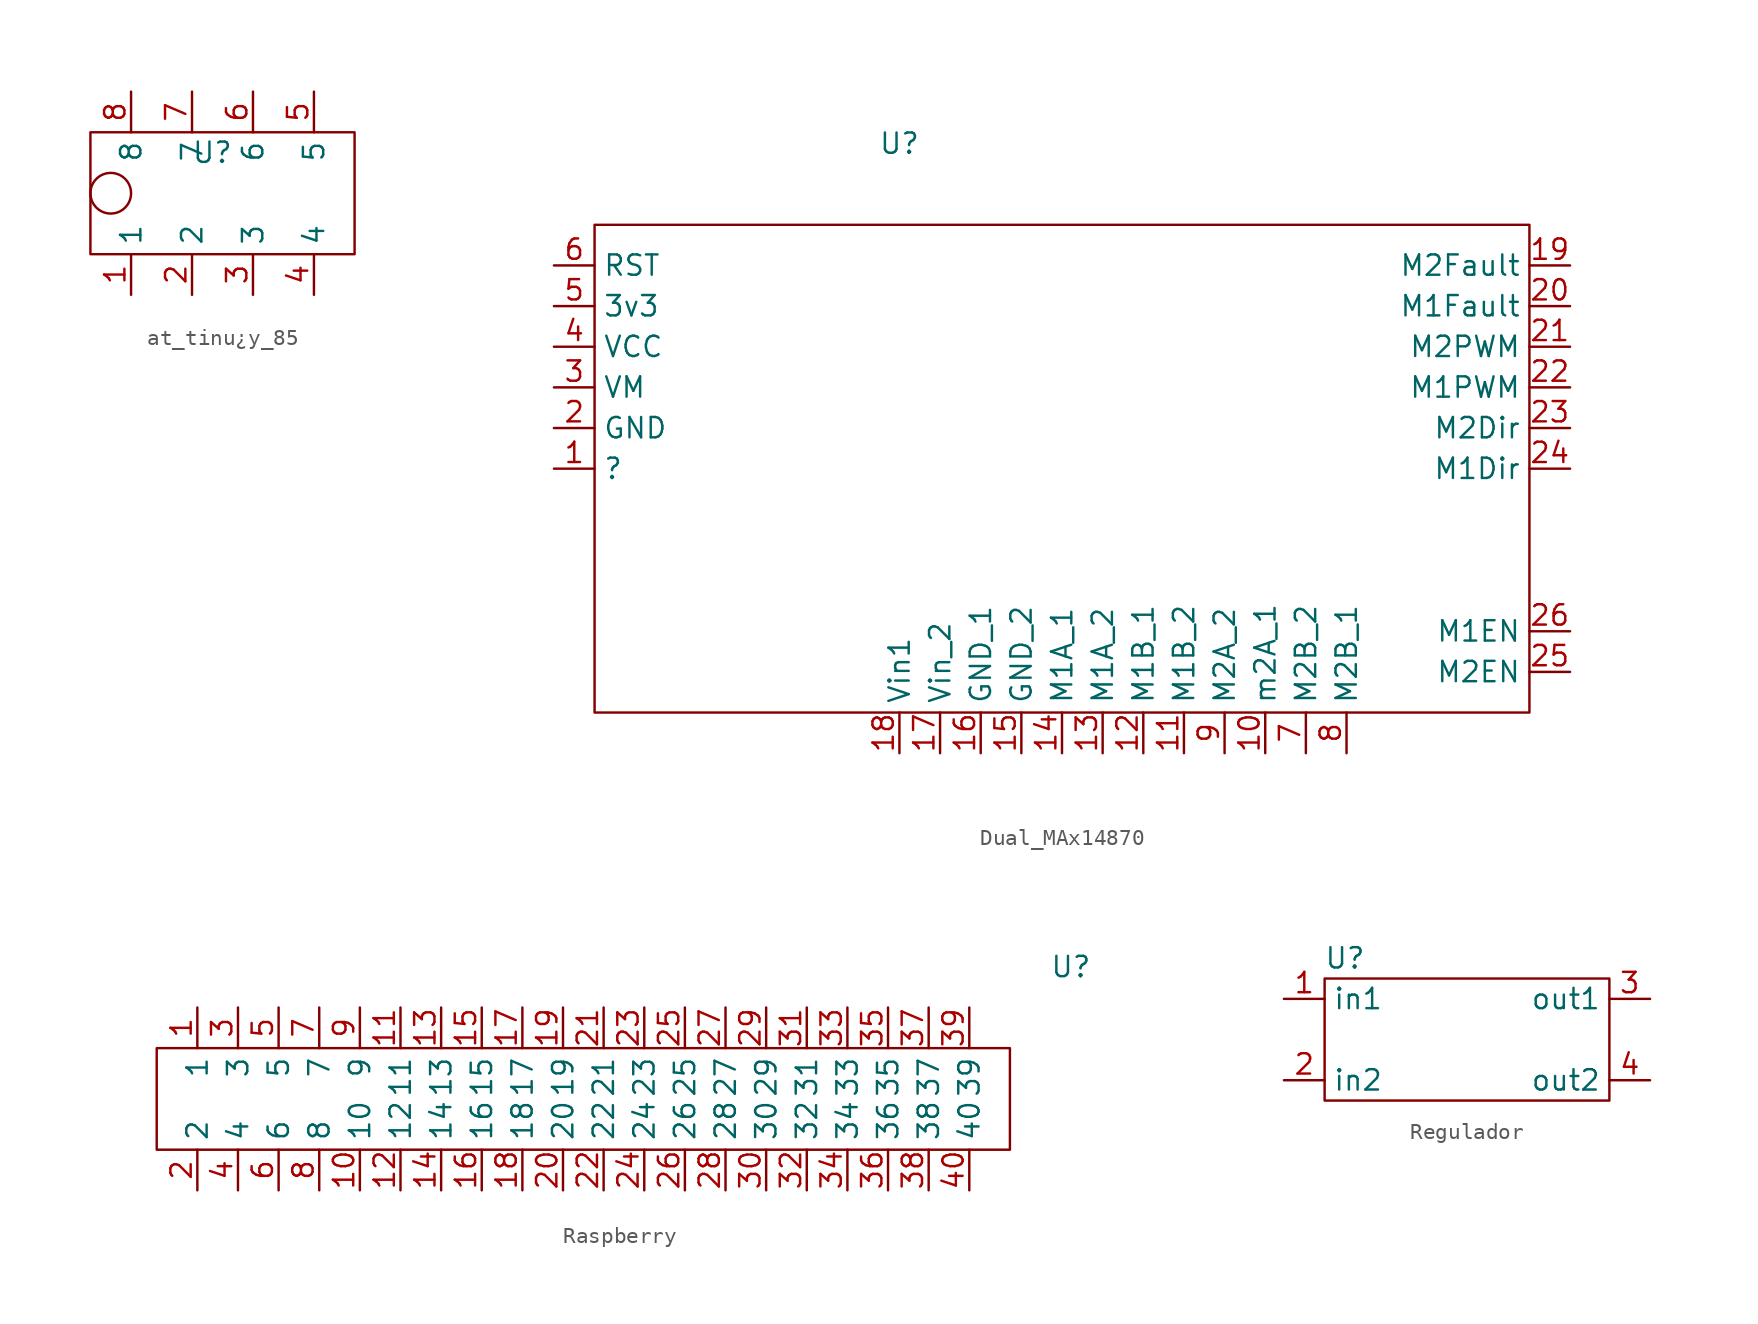
<source format=kicad_sym>
(kicad_symbol_lib
  (version 20220914)
  (generator kicad_symbol_editor)
  (symbol "at_tinu¿y_85"
    (property "Reference" "U"
      (at 0 0 0)
      (effects (font (size 1.27 1.27))))
    (property "Value" ""
      (at 0 0 0)
      (effects (font (size 1.27 1.27))))
    (symbol "at_tinu¿y_85_0_1"
      (rectangle (start -7.62 1.27) (end 8.89 -6.35) (stroke (width 0) (type default)) (fill (type none)))
      (circle (center -6.35 -2.54) (radius 1.27) (stroke (width 0) (type default)) (fill (type none))))
    (symbol "at_tinu¿y_85_1_1"
      (pin input line (at -5.08 -8.89 90) (length 2.54) (name "1" (effects (font (size 1.27 1.27)))) (number "1" (effects (font (size 1.27 1.27)))))
      (pin input line (at -1.27 -8.89 90) (length 2.54) (name "2" (effects (font (size 1.27 1.27)))) (number "2" (effects (font (size 1.27 1.27)))))
      (pin input line (at 2.54 -8.89 90) (length 2.54) (name "3" (effects (font (size 1.27 1.27)))) (number "3" (effects (font (size 1.27 1.27)))))
      (pin input line (at 6.35 -8.89 90) (length 2.54) (name "4" (effects (font (size 1.27 1.27)))) (number "4" (effects (font (size 1.27 1.27)))))
      (pin input line (at 6.35 3.81 270) (length 2.54) (name "5" (effects (font (size 1.27 1.27)))) (number "5" (effects (font (size 1.27 1.27)))))
      (pin input line (at 2.54 3.81 270) (length 2.54) (name "6" (effects (font (size 1.27 1.27)))) (number "6" (effects (font (size 1.27 1.27)))))
      (pin input line (at -1.27 3.81 270) (length 2.54) (name "7" (effects (font (size 1.27 1.27)))) (number "7" (effects (font (size 1.27 1.27)))))
      (pin input line (at -5.08 3.81 270) (length 2.54) (name "8" (effects (font (size 1.27 1.27)))) (number "8" (effects (font (size 1.27 1.27)))))))
  (symbol "Dual_MAx14870"
    (property "Reference" "U"
      (at 0 0 0)
      (effects (font (size 1.27 1.27))))
    (property "Value" ""
      (at 0 0 0)
      (effects (font (size 1.27 1.27))))
    (symbol "Dual_MAx14870_1_1"
      (rectangle (start -19.05 -5.08) (end 39.37 -35.56) (stroke (width 0) (type default)) (fill (type none)))
      (pin input line (at -21.59 -20.32 0) (length 2.54) (name "?" (effects (font (size 1.27 1.27)))) (number "1" (effects (font (size 1.27 1.27)))))
      (pin output line (at 22.86 -38.1 90) (length 2.54) (name "m2A_1" (effects (font (size 1.27 1.27)))) (number "10" (effects (font (size 1.27 1.27)))))
      (pin output line (at 17.78 -38.1 90) (length 2.54) (name "M1B_2" (effects (font (size 1.27 1.27)))) (number "11" (effects (font (size 1.27 1.27)))))
      (pin output line (at 15.24 -38.1 90) (length 2.54) (name "M1B_1" (effects (font (size 1.27 1.27)))) (number "12" (effects (font (size 1.27 1.27)))))
      (pin output line (at 12.7 -38.1 90) (length 2.54) (name "M1A_2" (effects (font (size 1.27 1.27)))) (number "13" (effects (font (size 1.27 1.27)))))
      (pin output line (at 10.16 -38.1 90) (length 2.54) (name "M1A_1" (effects (font (size 1.27 1.27)))) (number "14" (effects (font (size 1.27 1.27)))))
      (pin output line (at 7.62 -38.1 90) (length 2.54) (name "GND_2" (effects (font (size 1.27 1.27)))) (number "15" (effects (font (size 1.27 1.27)))))
      (pin output line (at 5.08 -38.1 90) (length 2.54) (name "GND_1" (effects (font (size 1.27 1.27)))) (number "16" (effects (font (size 1.27 1.27)))))
      (pin output line (at 2.54 -38.1 90) (length 2.54) (name "Vin_2" (effects (font (size 1.27 1.27)))) (number "17" (effects (font (size 1.27 1.27)))))
      (pin output line (at 0 -38.1 90) (length 2.54) (name "Vin1" (effects (font (size 1.27 1.27)))) (number "18" (effects (font (size 1.27 1.27)))))
      (pin input line (at 41.91 -7.62 180) (length 2.54) (name "M2Fault" (effects (font (size 1.27 1.27)))) (number "19" (effects (font (size 1.27 1.27)))))
      (pin input line (at -21.59 -17.78 0) (length 2.54) (name "GND" (effects (font (size 1.27 1.27)))) (number "2" (effects (font (size 1.27 1.27)))))
      (pin input line (at 41.91 -10.16 180) (length 2.54) (name "M1Fault" (effects (font (size 1.27 1.27)))) (number "20" (effects (font (size 1.27 1.27)))))
      (pin input line (at 41.91 -12.7 180) (length 2.54) (name "M2PWM" (effects (font (size 1.27 1.27)))) (number "21" (effects (font (size 1.27 1.27)))))
      (pin input line (at 41.91 -15.24 180) (length 2.54) (name "M1PWM" (effects (font (size 1.27 1.27)))) (number "22" (effects (font (size 1.27 1.27)))))
      (pin input line (at 41.91 -17.78 180) (length 2.54) (name "M2Dir" (effects (font (size 1.27 1.27)))) (number "23" (effects (font (size 1.27 1.27)))))
      (pin input line (at 41.91 -20.32 180) (length 2.54) (name "M1Dir" (effects (font (size 1.27 1.27)))) (number "24" (effects (font (size 1.27 1.27)))))
      (pin input line (at 41.91 -33.02 180) (length 2.54) (name "M2EN" (effects (font (size 1.27 1.27)))) (number "25" (effects (font (size 1.27 1.27)))))
      (pin input line (at 41.91 -30.48 180) (length 2.54) (name "M1EN" (effects (font (size 1.27 1.27)))) (number "26" (effects (font (size 1.27 1.27)))))
      (pin input line (at -21.59 -15.24 0) (length 2.54) (name "VM" (effects (font (size 1.27 1.27)))) (number "3" (effects (font (size 1.27 1.27)))))
      (pin input line (at -21.59 -12.7 0) (length 2.54) (name "VCC" (effects (font (size 1.27 1.27)))) (number "4" (effects (font (size 1.27 1.27)))))
      (pin input line (at -21.59 -10.16 0) (length 2.54) (name "3v3" (effects (font (size 1.27 1.27)))) (number "5" (effects (font (size 1.27 1.27)))))
      (pin input line (at -21.59 -7.62 0) (length 2.54) (name "RST" (effects (font (size 1.27 1.27)))) (number "6" (effects (font (size 1.27 1.27)))))
      (pin output line (at 25.4 -38.1 90) (length 2.54) (name "M2B_2" (effects (font (size 1.27 1.27)))) (number "7" (effects (font (size 1.27 1.27)))))
      (pin output line (at 27.94 -38.1 90) (length 2.54) (name "M2B_1" (effects (font (size 1.27 1.27)))) (number "8" (effects (font (size 1.27 1.27)))))
      (pin output line (at 20.32 -38.1 90) (length 2.54) (name "M2A_2" (effects (font (size 1.27 1.27)))) (number "9" (effects (font (size 1.27 1.27)))))))
  (symbol "Raspberry"
    (property "Reference" "U"
      (at 0 0 0)
      (effects (font (size 1.27 1.27))))
    (property "Value" ""
      (at 0 0 0)
      (effects (font (size 1.27 1.27))))
    (symbol "Raspberry_0_1"
      (rectangle (start -57.15 -5.08) (end -3.81 -11.43) (stroke (width 0) (type default)) (fill (type none))))
    (symbol "Raspberry_1_1"
      (pin input line (at -54.61 -2.54 270) (length 2.54) (name "1" (effects (font (size 1.27 1.27)))) (number "1" (effects (font (size 1.27 1.27)))))
      (pin input line (at -44.45 -13.97 90) (length 2.54) (name "10" (effects (font (size 1.27 1.27)))) (number "10" (effects (font (size 1.27 1.27)))))
      (pin input line (at -41.91 -2.54 270) (length 2.54) (name "11" (effects (font (size 1.27 1.27)))) (number "11" (effects (font (size 1.27 1.27)))))
      (pin input line (at -41.91 -13.97 90) (length 2.54) (name "12" (effects (font (size 1.27 1.27)))) (number "12" (effects (font (size 1.27 1.27)))))
      (pin input line (at -39.37 -2.54 270) (length 2.54) (name "13" (effects (font (size 1.27 1.27)))) (number "13" (effects (font (size 1.27 1.27)))))
      (pin input line (at -39.37 -13.97 90) (length 2.54) (name "14" (effects (font (size 1.27 1.27)))) (number "14" (effects (font (size 1.27 1.27)))))
      (pin input line (at -36.83 -2.54 270) (length 2.54) (name "15" (effects (font (size 1.27 1.27)))) (number "15" (effects (font (size 1.27 1.27)))))
      (pin input line (at -36.83 -13.97 90) (length 2.54) (name "16" (effects (font (size 1.27 1.27)))) (number "16" (effects (font (size 1.27 1.27)))))
      (pin input line (at -34.29 -2.54 270) (length 2.54) (name "17" (effects (font (size 1.27 1.27)))) (number "17" (effects (font (size 1.27 1.27)))))
      (pin input line (at -34.29 -13.97 90) (length 2.54) (name "18" (effects (font (size 1.27 1.27)))) (number "18" (effects (font (size 1.27 1.27)))))
      (pin input line (at -31.75 -2.54 270) (length 2.54) (name "19" (effects (font (size 1.27 1.27)))) (number "19" (effects (font (size 1.27 1.27)))))
      (pin input line (at -54.61 -13.97 90) (length 2.54) (name "2" (effects (font (size 1.27 1.27)))) (number "2" (effects (font (size 1.27 1.27)))))
      (pin input line (at -31.75 -13.97 90) (length 2.54) (name "20" (effects (font (size 1.27 1.27)))) (number "20" (effects (font (size 1.27 1.27)))))
      (pin input line (at -29.21 -2.54 270) (length 2.54) (name "21" (effects (font (size 1.27 1.27)))) (number "21" (effects (font (size 1.27 1.27)))))
      (pin input line (at -29.21 -13.97 90) (length 2.54) (name "22" (effects (font (size 1.27 1.27)))) (number "22" (effects (font (size 1.27 1.27)))))
      (pin input line (at -26.67 -2.54 270) (length 2.54) (name "23" (effects (font (size 1.27 1.27)))) (number "23" (effects (font (size 1.27 1.27)))))
      (pin input line (at -26.67 -13.97 90) (length 2.54) (name "24" (effects (font (size 1.27 1.27)))) (number "24" (effects (font (size 1.27 1.27)))))
      (pin input line (at -24.13 -2.54 270) (length 2.54) (name "25" (effects (font (size 1.27 1.27)))) (number "25" (effects (font (size 1.27 1.27)))))
      (pin input line (at -24.13 -13.97 90) (length 2.54) (name "26" (effects (font (size 1.27 1.27)))) (number "26" (effects (font (size 1.27 1.27)))))
      (pin input line (at -21.59 -2.54 270) (length 2.54) (name "27" (effects (font (size 1.27 1.27)))) (number "27" (effects (font (size 1.27 1.27)))))
      (pin input line (at -21.59 -13.97 90) (length 2.54) (name "28" (effects (font (size 1.27 1.27)))) (number "28" (effects (font (size 1.27 1.27)))))
      (pin input line (at -19.05 -2.54 270) (length 2.54) (name "29" (effects (font (size 1.27 1.27)))) (number "29" (effects (font (size 1.27 1.27)))))
      (pin input line (at -52.07 -2.54 270) (length 2.54) (name "3" (effects (font (size 1.27 1.27)))) (number "3" (effects (font (size 1.27 1.27)))))
      (pin input line (at -19.05 -13.97 90) (length 2.54) (name "30" (effects (font (size 1.27 1.27)))) (number "30" (effects (font (size 1.27 1.27)))))
      (pin input line (at -16.51 -2.54 270) (length 2.54) (name "31" (effects (font (size 1.27 1.27)))) (number "31" (effects (font (size 1.27 1.27)))))
      (pin input line (at -16.51 -13.97 90) (length 2.54) (name "32" (effects (font (size 1.27 1.27)))) (number "32" (effects (font (size 1.27 1.27)))))
      (pin input line (at -13.97 -2.54 270) (length 2.54) (name "33" (effects (font (size 1.27 1.27)))) (number "33" (effects (font (size 1.27 1.27)))))
      (pin input line (at -13.97 -13.97 90) (length 2.54) (name "34" (effects (font (size 1.27 1.27)))) (number "34" (effects (font (size 1.27 1.27)))))
      (pin input line (at -11.43 -2.54 270) (length 2.54) (name "35" (effects (font (size 1.27 1.27)))) (number "35" (effects (font (size 1.27 1.27)))))
      (pin input line (at -11.43 -13.97 90) (length 2.54) (name "36" (effects (font (size 1.27 1.27)))) (number "36" (effects (font (size 1.27 1.27)))))
      (pin input line (at -8.89 -2.54 270) (length 2.54) (name "37" (effects (font (size 1.27 1.27)))) (number "37" (effects (font (size 1.27 1.27)))))
      (pin input line (at -8.89 -13.97 90) (length 2.54) (name "38" (effects (font (size 1.27 1.27)))) (number "38" (effects (font (size 1.27 1.27)))))
      (pin input line (at -6.35 -2.54 270) (length 2.54) (name "39" (effects (font (size 1.27 1.27)))) (number "39" (effects (font (size 1.27 1.27)))))
      (pin input line (at -52.07 -13.97 90) (length 2.54) (name "4" (effects (font (size 1.27 1.27)))) (number "4" (effects (font (size 1.27 1.27)))))
      (pin input line (at -6.35 -13.97 90) (length 2.54) (name "40" (effects (font (size 1.27 1.27)))) (number "40" (effects (font (size 1.27 1.27)))))
      (pin input line (at -49.53 -2.54 270) (length 2.54) (name "5" (effects (font (size 1.27 1.27)))) (number "5" (effects (font (size 1.27 1.27)))))
      (pin input line (at -49.53 -13.97 90) (length 2.54) (name "6" (effects (font (size 1.27 1.27)))) (number "6" (effects (font (size 1.27 1.27)))))
      (pin input line (at -46.99 -2.54 270) (length 2.54) (name "7" (effects (font (size 1.27 1.27)))) (number "7" (effects (font (size 1.27 1.27)))))
      (pin input line (at -46.99 -13.97 90) (length 2.54) (name "8" (effects (font (size 1.27 1.27)))) (number "8" (effects (font (size 1.27 1.27)))))
      (pin input line (at -44.45 -2.54 270) (length 2.54) (name "9" (effects (font (size 1.27 1.27)))) (number "9" (effects (font (size 1.27 1.27)))))))
  (symbol "Regulador"
    (property "Reference" "U"
      (at 0 0 0)
      (effects (font (size 1.27 1.27))))
    (property "Value" ""
      (at 0 0 0)
      (effects (font (size 1.27 1.27))))
    (symbol "Regulador_0_1"
      (rectangle (start -1.27 -1.27) (end 16.51 -8.89) (stroke (width 0) (type default)) (fill (type none))))
    (symbol "Regulador_1_1"
      (pin input line (at -3.81 -2.54 0) (length 2.54) (name "in1" (effects (font (size 1.27 1.27)))) (number "1" (effects (font (size 1.27 1.27)))))
      (pin input line (at -3.81 -7.62 0) (length 2.54) (name "in2" (effects (font (size 1.27 1.27)))) (number "2" (effects (font (size 1.27 1.27)))))
      (pin input line (at 19.05 -2.54 180) (length 2.54) (name "out1" (effects (font (size 1.27 1.27)))) (number "3" (effects (font (size 1.27 1.27)))))
      (pin input line (at 19.05 -7.62 180) (length 2.54) (name "out2" (effects (font (size 1.27 1.27)))) (number "4" (effects (font (size 1.27 1.27))))))))
</source>
